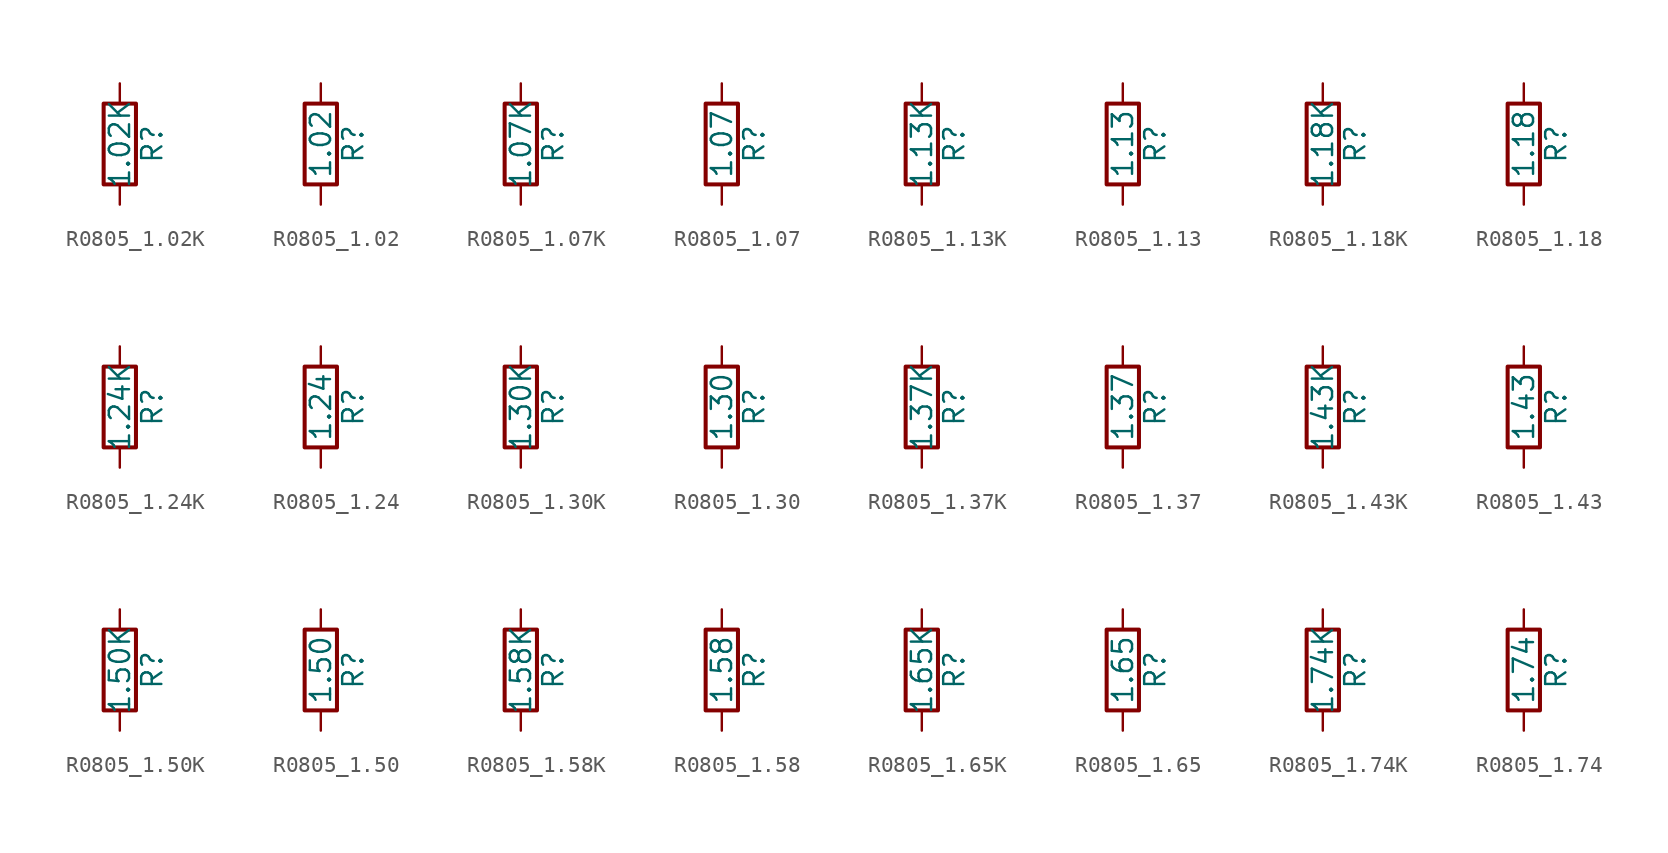
<source format=kicad_sym>
(kicad_symbol_lib
  (version 20211014)
  (generator atlantix-eda)
  (symbol "R0805_1.02K"
    (pin_numbers hide)
    (pin_names
      (offset 0))
    (property "Reference" "R"
      (at 2.032 0 90)
      (effects (font (size 1.27 1.27))))
    (property "Value" "1.02K"
      (at 0 0 90)
      (effects (font (size 1.27 1.27))))
    (symbol "R0805_1.02K_0_1"
      (rectangle (start -1.016 -2.54) (end 1.016 2.54) (stroke (width 0.254) (type default) (color 0 0 0 0)) (fill (type none))))
    (symbol "R0805_1.02K_1_1"
      (pin passive line (at 0 3.81 270) (length 1.27) (name "~" (effects (font (size 1.27 1.27)))) (number "1" (effects (font (size 1.27 1.27)))))
      (pin passive line (at 0 -3.81 90) (length 1.27) (name "~" (effects (font (size 1.27 1.27)))) (number "2" (effects (font (size 1.27 1.27)))))))
  (symbol "R0805_1.02"
    (pin_numbers hide)
    (pin_names
      (offset 0))
    (property "Reference" "R"
      (at 2.032 0 90)
      (effects (font (size 1.27 1.27))))
    (property "Value" "1.02"
      (at 0 0 90)
      (effects (font (size 1.27 1.27))))
    (symbol "R0805_1.02_0_1"
      (rectangle (start -1.016 -2.54) (end 1.016 2.54) (stroke (width 0.254) (type default) (color 0 0 0 0)) (fill (type none))))
    (symbol "R0805_1.02_1_1"
      (pin passive line (at 0 3.81 270) (length 1.27) (name "~" (effects (font (size 1.27 1.27)))) (number "1" (effects (font (size 1.27 1.27)))))
      (pin passive line (at 0 -3.81 90) (length 1.27) (name "~" (effects (font (size 1.27 1.27)))) (number "2" (effects (font (size 1.27 1.27)))))))
  (symbol "R0805_1.07K"
    (pin_numbers hide)
    (pin_names
      (offset 0))
    (property "Reference" "R"
      (at 2.032 0 90)
      (effects (font (size 1.27 1.27))))
    (property "Value" "1.07K"
      (at 0 0 90)
      (effects (font (size 1.27 1.27))))
    (symbol "R0805_1.07K_0_1"
      (rectangle (start -1.016 -2.54) (end 1.016 2.54) (stroke (width 0.254) (type default) (color 0 0 0 0)) (fill (type none))))
    (symbol "R0805_1.07K_1_1"
      (pin passive line (at 0 3.81 270) (length 1.27) (name "~" (effects (font (size 1.27 1.27)))) (number "1" (effects (font (size 1.27 1.27)))))
      (pin passive line (at 0 -3.81 90) (length 1.27) (name "~" (effects (font (size 1.27 1.27)))) (number "2" (effects (font (size 1.27 1.27)))))))
  (symbol "R0805_1.07"
    (pin_numbers hide)
    (pin_names
      (offset 0))
    (property "Reference" "R"
      (at 2.032 0 90)
      (effects (font (size 1.27 1.27))))
    (property "Value" "1.07"
      (at 0 0 90)
      (effects (font (size 1.27 1.27))))
    (symbol "R0805_1.07_0_1"
      (rectangle (start -1.016 -2.54) (end 1.016 2.54) (stroke (width 0.254) (type default) (color 0 0 0 0)) (fill (type none))))
    (symbol "R0805_1.07_1_1"
      (pin passive line (at 0 3.81 270) (length 1.27) (name "~" (effects (font (size 1.27 1.27)))) (number "1" (effects (font (size 1.27 1.27)))))
      (pin passive line (at 0 -3.81 90) (length 1.27) (name "~" (effects (font (size 1.27 1.27)))) (number "2" (effects (font (size 1.27 1.27)))))))
  (symbol "R0805_1.13K"
    (pin_numbers hide)
    (pin_names
      (offset 0))
    (property "Reference" "R"
      (at 2.032 0 90)
      (effects (font (size 1.27 1.27))))
    (property "Value" "1.13K"
      (at 0 0 90)
      (effects (font (size 1.27 1.27))))
    (symbol "R0805_1.13K_0_1"
      (rectangle (start -1.016 -2.54) (end 1.016 2.54) (stroke (width 0.254) (type default) (color 0 0 0 0)) (fill (type none))))
    (symbol "R0805_1.13K_1_1"
      (pin passive line (at 0 3.81 270) (length 1.27) (name "~" (effects (font (size 1.27 1.27)))) (number "1" (effects (font (size 1.27 1.27)))))
      (pin passive line (at 0 -3.81 90) (length 1.27) (name "~" (effects (font (size 1.27 1.27)))) (number "2" (effects (font (size 1.27 1.27)))))))
  (symbol "R0805_1.13"
    (pin_numbers hide)
    (pin_names
      (offset 0))
    (property "Reference" "R"
      (at 2.032 0 90)
      (effects (font (size 1.27 1.27))))
    (property "Value" "1.13"
      (at 0 0 90)
      (effects (font (size 1.27 1.27))))
    (symbol "R0805_1.13_0_1"
      (rectangle (start -1.016 -2.54) (end 1.016 2.54) (stroke (width 0.254) (type default) (color 0 0 0 0)) (fill (type none))))
    (symbol "R0805_1.13_1_1"
      (pin passive line (at 0 3.81 270) (length 1.27) (name "~" (effects (font (size 1.27 1.27)))) (number "1" (effects (font (size 1.27 1.27)))))
      (pin passive line (at 0 -3.81 90) (length 1.27) (name "~" (effects (font (size 1.27 1.27)))) (number "2" (effects (font (size 1.27 1.27)))))))
  (symbol "R0805_1.18K"
    (pin_numbers hide)
    (pin_names
      (offset 0))
    (property "Reference" "R"
      (at 2.032 0 90)
      (effects (font (size 1.27 1.27))))
    (property "Value" "1.18K"
      (at 0 0 90)
      (effects (font (size 1.27 1.27))))
    (symbol "R0805_1.18K_0_1"
      (rectangle (start -1.016 -2.54) (end 1.016 2.54) (stroke (width 0.254) (type default) (color 0 0 0 0)) (fill (type none))))
    (symbol "R0805_1.18K_1_1"
      (pin passive line (at 0 3.81 270) (length 1.27) (name "~" (effects (font (size 1.27 1.27)))) (number "1" (effects (font (size 1.27 1.27)))))
      (pin passive line (at 0 -3.81 90) (length 1.27) (name "~" (effects (font (size 1.27 1.27)))) (number "2" (effects (font (size 1.27 1.27)))))))
  (symbol "R0805_1.18"
    (pin_numbers hide)
    (pin_names
      (offset 0))
    (property "Reference" "R"
      (at 2.032 0 90)
      (effects (font (size 1.27 1.27))))
    (property "Value" "1.18"
      (at 0 0 90)
      (effects (font (size 1.27 1.27))))
    (symbol "R0805_1.18_0_1"
      (rectangle (start -1.016 -2.54) (end 1.016 2.54) (stroke (width 0.254) (type default) (color 0 0 0 0)) (fill (type none))))
    (symbol "R0805_1.18_1_1"
      (pin passive line (at 0 3.81 270) (length 1.27) (name "~" (effects (font (size 1.27 1.27)))) (number "1" (effects (font (size 1.27 1.27)))))
      (pin passive line (at 0 -3.81 90) (length 1.27) (name "~" (effects (font (size 1.27 1.27)))) (number "2" (effects (font (size 1.27 1.27)))))))
  (symbol "R0805_1.24K"
    (pin_numbers hide)
    (pin_names
      (offset 0))
    (property "Reference" "R"
      (at 2.032 0 90)
      (effects (font (size 1.27 1.27))))
    (property "Value" "1.24K"
      (at 0 0 90)
      (effects (font (size 1.27 1.27))))
    (symbol "R0805_1.24K_0_1"
      (rectangle (start -1.016 -2.54) (end 1.016 2.54) (stroke (width 0.254) (type default) (color 0 0 0 0)) (fill (type none))))
    (symbol "R0805_1.24K_1_1"
      (pin passive line (at 0 3.81 270) (length 1.27) (name "~" (effects (font (size 1.27 1.27)))) (number "1" (effects (font (size 1.27 1.27)))))
      (pin passive line (at 0 -3.81 90) (length 1.27) (name "~" (effects (font (size 1.27 1.27)))) (number "2" (effects (font (size 1.27 1.27)))))))
  (symbol "R0805_1.24"
    (pin_numbers hide)
    (pin_names
      (offset 0))
    (property "Reference" "R"
      (at 2.032 0 90)
      (effects (font (size 1.27 1.27))))
    (property "Value" "1.24"
      (at 0 0 90)
      (effects (font (size 1.27 1.27))))
    (symbol "R0805_1.24_0_1"
      (rectangle (start -1.016 -2.54) (end 1.016 2.54) (stroke (width 0.254) (type default) (color 0 0 0 0)) (fill (type none))))
    (symbol "R0805_1.24_1_1"
      (pin passive line (at 0 3.81 270) (length 1.27) (name "~" (effects (font (size 1.27 1.27)))) (number "1" (effects (font (size 1.27 1.27)))))
      (pin passive line (at 0 -3.81 90) (length 1.27) (name "~" (effects (font (size 1.27 1.27)))) (number "2" (effects (font (size 1.27 1.27)))))))
  (symbol "R0805_1.30K"
    (pin_numbers hide)
    (pin_names
      (offset 0))
    (property "Reference" "R"
      (at 2.032 0 90)
      (effects (font (size 1.27 1.27))))
    (property "Value" "1.30K"
      (at 0 0 90)
      (effects (font (size 1.27 1.27))))
    (symbol "R0805_1.30K_0_1"
      (rectangle (start -1.016 -2.54) (end 1.016 2.54) (stroke (width 0.254) (type default) (color 0 0 0 0)) (fill (type none))))
    (symbol "R0805_1.30K_1_1"
      (pin passive line (at 0 3.81 270) (length 1.27) (name "~" (effects (font (size 1.27 1.27)))) (number "1" (effects (font (size 1.27 1.27)))))
      (pin passive line (at 0 -3.81 90) (length 1.27) (name "~" (effects (font (size 1.27 1.27)))) (number "2" (effects (font (size 1.27 1.27)))))))
  (symbol "R0805_1.30"
    (pin_numbers hide)
    (pin_names
      (offset 0))
    (property "Reference" "R"
      (at 2.032 0 90)
      (effects (font (size 1.27 1.27))))
    (property "Value" "1.30"
      (at 0 0 90)
      (effects (font (size 1.27 1.27))))
    (symbol "R0805_1.30_0_1"
      (rectangle (start -1.016 -2.54) (end 1.016 2.54) (stroke (width 0.254) (type default) (color 0 0 0 0)) (fill (type none))))
    (symbol "R0805_1.30_1_1"
      (pin passive line (at 0 3.81 270) (length 1.27) (name "~" (effects (font (size 1.27 1.27)))) (number "1" (effects (font (size 1.27 1.27)))))
      (pin passive line (at 0 -3.81 90) (length 1.27) (name "~" (effects (font (size 1.27 1.27)))) (number "2" (effects (font (size 1.27 1.27)))))))
  (symbol "R0805_1.37K"
    (pin_numbers hide)
    (pin_names
      (offset 0))
    (property "Reference" "R"
      (at 2.032 0 90)
      (effects (font (size 1.27 1.27))))
    (property "Value" "1.37K"
      (at 0 0 90)
      (effects (font (size 1.27 1.27))))
    (symbol "R0805_1.37K_0_1"
      (rectangle (start -1.016 -2.54) (end 1.016 2.54) (stroke (width 0.254) (type default) (color 0 0 0 0)) (fill (type none))))
    (symbol "R0805_1.37K_1_1"
      (pin passive line (at 0 3.81 270) (length 1.27) (name "~" (effects (font (size 1.27 1.27)))) (number "1" (effects (font (size 1.27 1.27)))))
      (pin passive line (at 0 -3.81 90) (length 1.27) (name "~" (effects (font (size 1.27 1.27)))) (number "2" (effects (font (size 1.27 1.27)))))))
  (symbol "R0805_1.37"
    (pin_numbers hide)
    (pin_names
      (offset 0))
    (property "Reference" "R"
      (at 2.032 0 90)
      (effects (font (size 1.27 1.27))))
    (property "Value" "1.37"
      (at 0 0 90)
      (effects (font (size 1.27 1.27))))
    (symbol "R0805_1.37_0_1"
      (rectangle (start -1.016 -2.54) (end 1.016 2.54) (stroke (width 0.254) (type default) (color 0 0 0 0)) (fill (type none))))
    (symbol "R0805_1.37_1_1"
      (pin passive line (at 0 3.81 270) (length 1.27) (name "~" (effects (font (size 1.27 1.27)))) (number "1" (effects (font (size 1.27 1.27)))))
      (pin passive line (at 0 -3.81 90) (length 1.27) (name "~" (effects (font (size 1.27 1.27)))) (number "2" (effects (font (size 1.27 1.27)))))))
  (symbol "R0805_1.43K"
    (pin_numbers hide)
    (pin_names
      (offset 0))
    (property "Reference" "R"
      (at 2.032 0 90)
      (effects (font (size 1.27 1.27))))
    (property "Value" "1.43K"
      (at 0 0 90)
      (effects (font (size 1.27 1.27))))
    (symbol "R0805_1.43K_0_1"
      (rectangle (start -1.016 -2.54) (end 1.016 2.54) (stroke (width 0.254) (type default) (color 0 0 0 0)) (fill (type none))))
    (symbol "R0805_1.43K_1_1"
      (pin passive line (at 0 3.81 270) (length 1.27) (name "~" (effects (font (size 1.27 1.27)))) (number "1" (effects (font (size 1.27 1.27)))))
      (pin passive line (at 0 -3.81 90) (length 1.27) (name "~" (effects (font (size 1.27 1.27)))) (number "2" (effects (font (size 1.27 1.27)))))))
  (symbol "R0805_1.43"
    (pin_numbers hide)
    (pin_names
      (offset 0))
    (property "Reference" "R"
      (at 2.032 0 90)
      (effects (font (size 1.27 1.27))))
    (property "Value" "1.43"
      (at 0 0 90)
      (effects (font (size 1.27 1.27))))
    (symbol "R0805_1.43_0_1"
      (rectangle (start -1.016 -2.54) (end 1.016 2.54) (stroke (width 0.254) (type default) (color 0 0 0 0)) (fill (type none))))
    (symbol "R0805_1.43_1_1"
      (pin passive line (at 0 3.81 270) (length 1.27) (name "~" (effects (font (size 1.27 1.27)))) (number "1" (effects (font (size 1.27 1.27)))))
      (pin passive line (at 0 -3.81 90) (length 1.27) (name "~" (effects (font (size 1.27 1.27)))) (number "2" (effects (font (size 1.27 1.27)))))))
  (symbol "R0805_1.50K"
    (pin_numbers hide)
    (pin_names
      (offset 0))
    (property "Reference" "R"
      (at 2.032 0 90)
      (effects (font (size 1.27 1.27))))
    (property "Value" "1.50K"
      (at 0 0 90)
      (effects (font (size 1.27 1.27))))
    (symbol "R0805_1.50K_0_1"
      (rectangle (start -1.016 -2.54) (end 1.016 2.54) (stroke (width 0.254) (type default) (color 0 0 0 0)) (fill (type none))))
    (symbol "R0805_1.50K_1_1"
      (pin passive line (at 0 3.81 270) (length 1.27) (name "~" (effects (font (size 1.27 1.27)))) (number "1" (effects (font (size 1.27 1.27)))))
      (pin passive line (at 0 -3.81 90) (length 1.27) (name "~" (effects (font (size 1.27 1.27)))) (number "2" (effects (font (size 1.27 1.27)))))))
  (symbol "R0805_1.50"
    (pin_numbers hide)
    (pin_names
      (offset 0))
    (property "Reference" "R"
      (at 2.032 0 90)
      (effects (font (size 1.27 1.27))))
    (property "Value" "1.50"
      (at 0 0 90)
      (effects (font (size 1.27 1.27))))
    (symbol "R0805_1.50_0_1"
      (rectangle (start -1.016 -2.54) (end 1.016 2.54) (stroke (width 0.254) (type default) (color 0 0 0 0)) (fill (type none))))
    (symbol "R0805_1.50_1_1"
      (pin passive line (at 0 3.81 270) (length 1.27) (name "~" (effects (font (size 1.27 1.27)))) (number "1" (effects (font (size 1.27 1.27)))))
      (pin passive line (at 0 -3.81 90) (length 1.27) (name "~" (effects (font (size 1.27 1.27)))) (number "2" (effects (font (size 1.27 1.27)))))))
  (symbol "R0805_1.58K"
    (pin_numbers hide)
    (pin_names
      (offset 0))
    (property "Reference" "R"
      (at 2.032 0 90)
      (effects (font (size 1.27 1.27))))
    (property "Value" "1.58K"
      (at 0 0 90)
      (effects (font (size 1.27 1.27))))
    (symbol "R0805_1.58K_0_1"
      (rectangle (start -1.016 -2.54) (end 1.016 2.54) (stroke (width 0.254) (type default) (color 0 0 0 0)) (fill (type none))))
    (symbol "R0805_1.58K_1_1"
      (pin passive line (at 0 3.81 270) (length 1.27) (name "~" (effects (font (size 1.27 1.27)))) (number "1" (effects (font (size 1.27 1.27)))))
      (pin passive line (at 0 -3.81 90) (length 1.27) (name "~" (effects (font (size 1.27 1.27)))) (number "2" (effects (font (size 1.27 1.27)))))))
  (symbol "R0805_1.58"
    (pin_numbers hide)
    (pin_names
      (offset 0))
    (property "Reference" "R"
      (at 2.032 0 90)
      (effects (font (size 1.27 1.27))))
    (property "Value" "1.58"
      (at 0 0 90)
      (effects (font (size 1.27 1.27))))
    (symbol "R0805_1.58_0_1"
      (rectangle (start -1.016 -2.54) (end 1.016 2.54) (stroke (width 0.254) (type default) (color 0 0 0 0)) (fill (type none))))
    (symbol "R0805_1.58_1_1"
      (pin passive line (at 0 3.81 270) (length 1.27) (name "~" (effects (font (size 1.27 1.27)))) (number "1" (effects (font (size 1.27 1.27)))))
      (pin passive line (at 0 -3.81 90) (length 1.27) (name "~" (effects (font (size 1.27 1.27)))) (number "2" (effects (font (size 1.27 1.27)))))))
  (symbol "R0805_1.65K"
    (pin_numbers hide)
    (pin_names
      (offset 0))
    (property "Reference" "R"
      (at 2.032 0 90)
      (effects (font (size 1.27 1.27))))
    (property "Value" "1.65K"
      (at 0 0 90)
      (effects (font (size 1.27 1.27))))
    (symbol "R0805_1.65K_0_1"
      (rectangle (start -1.016 -2.54) (end 1.016 2.54) (stroke (width 0.254) (type default) (color 0 0 0 0)) (fill (type none))))
    (symbol "R0805_1.65K_1_1"
      (pin passive line (at 0 3.81 270) (length 1.27) (name "~" (effects (font (size 1.27 1.27)))) (number "1" (effects (font (size 1.27 1.27)))))
      (pin passive line (at 0 -3.81 90) (length 1.27) (name "~" (effects (font (size 1.27 1.27)))) (number "2" (effects (font (size 1.27 1.27)))))))
  (symbol "R0805_1.65"
    (pin_numbers hide)
    (pin_names
      (offset 0))
    (property "Reference" "R"
      (at 2.032 0 90)
      (effects (font (size 1.27 1.27))))
    (property "Value" "1.65"
      (at 0 0 90)
      (effects (font (size 1.27 1.27))))
    (symbol "R0805_1.65_0_1"
      (rectangle (start -1.016 -2.54) (end 1.016 2.54) (stroke (width 0.254) (type default) (color 0 0 0 0)) (fill (type none))))
    (symbol "R0805_1.65_1_1"
      (pin passive line (at 0 3.81 270) (length 1.27) (name "~" (effects (font (size 1.27 1.27)))) (number "1" (effects (font (size 1.27 1.27)))))
      (pin passive line (at 0 -3.81 90) (length 1.27) (name "~" (effects (font (size 1.27 1.27)))) (number "2" (effects (font (size 1.27 1.27)))))))
  (symbol "R0805_1.74K"
    (pin_numbers hide)
    (pin_names
      (offset 0))
    (property "Reference" "R"
      (at 2.032 0 90)
      (effects (font (size 1.27 1.27))))
    (property "Value" "1.74K"
      (at 0 0 90)
      (effects (font (size 1.27 1.27))))
    (symbol "R0805_1.74K_0_1"
      (rectangle (start -1.016 -2.54) (end 1.016 2.54) (stroke (width 0.254) (type default) (color 0 0 0 0)) (fill (type none))))
    (symbol "R0805_1.74K_1_1"
      (pin passive line (at 0 3.81 270) (length 1.27) (name "~" (effects (font (size 1.27 1.27)))) (number "1" (effects (font (size 1.27 1.27)))))
      (pin passive line (at 0 -3.81 90) (length 1.27) (name "~" (effects (font (size 1.27 1.27)))) (number "2" (effects (font (size 1.27 1.27)))))))
  (symbol "R0805_1.74"
    (pin_numbers hide)
    (pin_names
      (offset 0))
    (property "Reference" "R"
      (at 2.032 0 90)
      (effects (font (size 1.27 1.27))))
    (property "Value" "1.74"
      (at 0 0 90)
      (effects (font (size 1.27 1.27))))
    (symbol "R0805_1.74_0_1"
      (rectangle (start -1.016 -2.54) (end 1.016 2.54) (stroke (width 0.254) (type default) (color 0 0 0 0)) (fill (type none))))
    (symbol "R0805_1.74_1_1"
      (pin passive line (at 0 3.81 270) (length 1.27) (name "~" (effects (font (size 1.27 1.27)))) (number "1" (effects (font (size 1.27 1.27)))))
      (pin passive line (at 0 -3.81 90) (length 1.27) (name "~" (effects (font (size 1.27 1.27)))) (number "2" (effects (font (size 1.27 1.27))))))))
</source>
